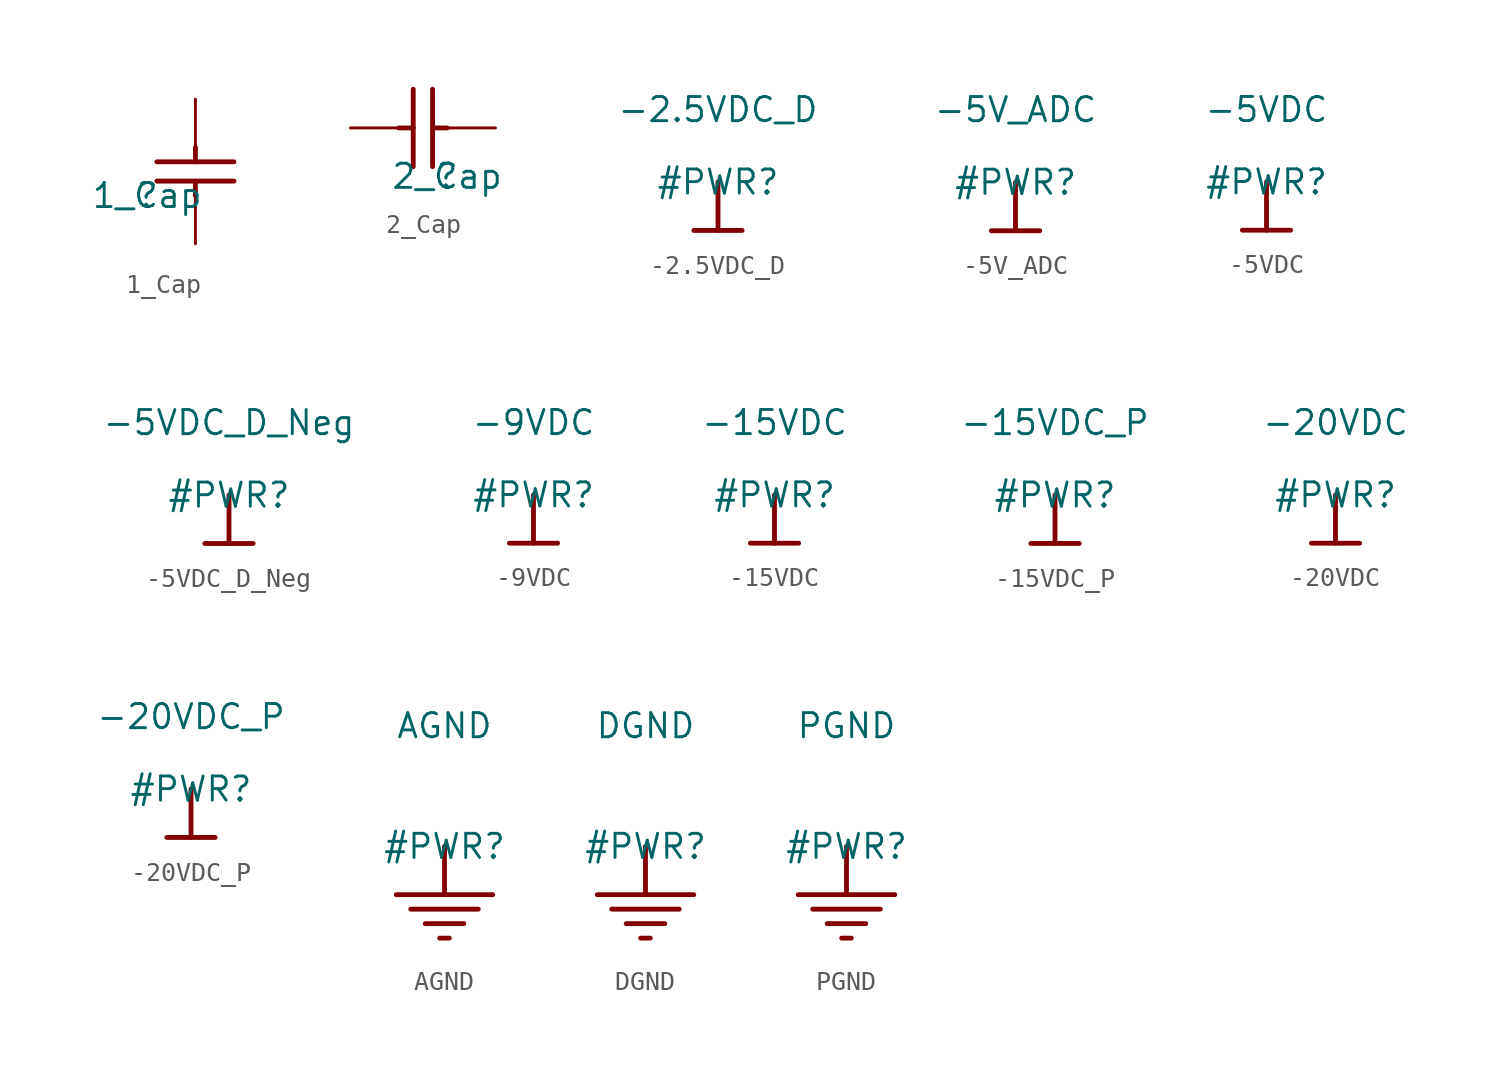
<source format=kicad_sym>
(kicad_symbol_lib
  (version 20211014)
  (generator kicad_symbol_editor)
  (symbol "1_Cap"
    (property "Reference" ""
      (at 0 0 0)
      (effects (font (size 1.27 1.27))))
    (property "Value" "1_Cap"
      (at 0 0 0)
      (effects (font (size 1.27 1.27))))
    (symbol "1_Cap_1_0"
      (polyline (pts (xy 0.508 1.778) (xy 4.572 1.778)) (stroke (width 0.254) (type default) (color 0 0 0 0)) (fill (type none)))
      (polyline (pts (xy 2.54 0) (xy 2.54 0.762)) (stroke (width 0.254) (type default) (color 0 0 0 0)) (fill (type none)))
      (polyline (pts (xy 2.54 2.54) (xy 2.54 1.778)) (stroke (width 0.254) (type default) (color 0 0 0 0)) (fill (type none)))
      (polyline (pts (xy 4.572 0.762) (xy 0.508 0.762)) (stroke (width 0.254) (type default) (color 0 0 0 0)) (fill (type none)))
      (pin passive line (at 2.54 -2.54 90) (length 2.54) (name "1" (effects (font (size 0 0)))) (number "1" (effects (font (size 0 0)))))
      (pin passive line (at 2.54 5.08 270) (length 2.54) (name "2" (effects (font (size 0 0)))) (number "2" (effects (font (size 0 0)))))))
  (symbol "2_Cap"
    (property "Reference" ""
      (at 0 0 0)
      (effects (font (size 1.27 1.27))))
    (property "Value" "2_Cap"
      (at 0 0 0)
      (effects (font (size 1.27 1.27))))
    (symbol "2_Cap_1_0"
      (polyline (pts (xy -2.54 2.54) (xy -1.778 2.54)) (stroke (width 0.254) (type default) (color 0 0 0 0)) (fill (type none)))
      (polyline (pts (xy -1.778 0.508) (xy -1.778 4.572)) (stroke (width 0.254) (type default) (color 0 0 0 0)) (fill (type none)))
      (polyline (pts (xy -0.762 4.572) (xy -0.762 0.508)) (stroke (width 0.254) (type default) (color 0 0 0 0)) (fill (type none)))
      (polyline (pts (xy 0 2.54) (xy -0.762 2.54)) (stroke (width 0.254) (type default) (color 0 0 0 0)) (fill (type none)))
      (pin passive line (at 2.54 2.54 180) (length 2.54) (name "1" (effects (font (size 0 0)))) (number "1" (effects (font (size 0 0)))))
      (pin passive line (at -5.08 2.54 0) (length 2.54) (name "2" (effects (font (size 0 0)))) (number "2" (effects (font (size 0 0)))))))
  (symbol "-2.5VDC_D"
    (power)
    (property "Reference" "#PWR"
      (at 0 0 0)
      (effects (font (size 1.27 1.27))))
    (property "Value" "-2.5VDC_D"
      (at 0 3.81 0)
      (effects (font (size 1.27 1.27))))
    (symbol "-2.5VDC_D_0_0"
      (polyline (pts (xy -1.27 -2.54) (xy 1.27 -2.54)) (stroke (width 0.254) (type default) (color 0 0 0 0)) (fill (type none)))
      (polyline (pts (xy 0 0) (xy 0 -2.54)) (stroke (width 0.254) (type default) (color 0 0 0 0)) (fill (type none)))
      (pin power_in line (at 0 0 0) (length 0) hide (name "-2.5VDC_D" (effects (font (size 1.27 1.27)))) (number "" (effects (font (size 1.27 1.27)))))))
  (symbol "-5V_ADC"
    (power)
    (property "Reference" "#PWR"
      (at 0 0 0)
      (effects (font (size 1.27 1.27))))
    (property "Value" "-5V_ADC"
      (at 0 3.81 0)
      (effects (font (size 1.27 1.27))))
    (symbol "-5V_ADC_0_0"
      (polyline (pts (xy -1.27 -2.54) (xy 1.27 -2.54)) (stroke (width 0.254) (type default) (color 0 0 0 0)) (fill (type none)))
      (polyline (pts (xy 0 0) (xy 0 -2.54)) (stroke (width 0.254) (type default) (color 0 0 0 0)) (fill (type none)))
      (pin power_in line (at 0 0 0) (length 0) hide (name "-5V_ADC" (effects (font (size 1.27 1.27)))) (number "" (effects (font (size 1.27 1.27)))))))
  (symbol "-5VDC"
    (power)
    (property "Reference" "#PWR"
      (at 0 0 0)
      (effects (font (size 1.27 1.27))))
    (property "Value" "-5VDC"
      (at 0 3.81 0)
      (effects (font (size 1.27 1.27))))
    (symbol "-5VDC_0_0"
      (polyline (pts (xy -1.27 -2.54) (xy 1.27 -2.54)) (stroke (width 0.254) (type default) (color 0 0 0 0)) (fill (type none)))
      (polyline (pts (xy 0 0) (xy 0 -2.54)) (stroke (width 0.254) (type default) (color 0 0 0 0)) (fill (type none)))
      (pin power_in line (at 0 0 0) (length 0) hide (name "-5VDC" (effects (font (size 1.27 1.27)))) (number "" (effects (font (size 1.27 1.27)))))))
  (symbol "-5VDC_D_Neg"
    (power)
    (property "Reference" "#PWR"
      (at 0 0 0)
      (effects (font (size 1.27 1.27))))
    (property "Value" "-5VDC_D_Neg"
      (at 0 3.81 0)
      (effects (font (size 1.27 1.27))))
    (symbol "-5VDC_D_Neg_0_0"
      (polyline (pts (xy -1.27 -2.54) (xy 1.27 -2.54)) (stroke (width 0.254) (type default) (color 0 0 0 0)) (fill (type none)))
      (polyline (pts (xy 0 0) (xy 0 -2.54)) (stroke (width 0.254) (type default) (color 0 0 0 0)) (fill (type none)))
      (pin power_in line (at 0 0 0) (length 0) hide (name "-5VDC_D_Neg" (effects (font (size 1.27 1.27)))) (number "" (effects (font (size 1.27 1.27)))))))
  (symbol "-9VDC"
    (power)
    (property "Reference" "#PWR"
      (at 0 0 0)
      (effects (font (size 1.27 1.27))))
    (property "Value" "-9VDC"
      (at 0 3.81 0)
      (effects (font (size 1.27 1.27))))
    (symbol "-9VDC_0_0"
      (polyline (pts (xy -1.27 -2.54) (xy 1.27 -2.54)) (stroke (width 0.254) (type default) (color 0 0 0 0)) (fill (type none)))
      (polyline (pts (xy 0 0) (xy 0 -2.54)) (stroke (width 0.254) (type default) (color 0 0 0 0)) (fill (type none)))
      (pin power_in line (at 0 0 0) (length 0) hide (name "-9VDC" (effects (font (size 1.27 1.27)))) (number "" (effects (font (size 1.27 1.27)))))))
  (symbol "-15VDC"
    (power)
    (property "Reference" "#PWR"
      (at 0 0 0)
      (effects (font (size 1.27 1.27))))
    (property "Value" "-15VDC"
      (at 0 3.81 0)
      (effects (font (size 1.27 1.27))))
    (symbol "-15VDC_0_0"
      (polyline (pts (xy -1.27 -2.54) (xy 1.27 -2.54)) (stroke (width 0.254) (type default) (color 0 0 0 0)) (fill (type none)))
      (polyline (pts (xy 0 0) (xy 0 -2.54)) (stroke (width 0.254) (type default) (color 0 0 0 0)) (fill (type none)))
      (pin power_in line (at 0 0 0) (length 0) hide (name "-15VDC" (effects (font (size 1.27 1.27)))) (number "" (effects (font (size 1.27 1.27)))))))
  (symbol "-15VDC_P"
    (power)
    (property "Reference" "#PWR"
      (at 0 0 0)
      (effects (font (size 1.27 1.27))))
    (property "Value" "-15VDC_P"
      (at 0 3.81 0)
      (effects (font (size 1.27 1.27))))
    (symbol "-15VDC_P_0_0"
      (polyline (pts (xy -1.27 -2.54) (xy 1.27 -2.54)) (stroke (width 0.254) (type default) (color 0 0 0 0)) (fill (type none)))
      (polyline (pts (xy 0 0) (xy 0 -2.54)) (stroke (width 0.254) (type default) (color 0 0 0 0)) (fill (type none)))
      (pin power_in line (at 0 0 0) (length 0) hide (name "-15VDC_P" (effects (font (size 1.27 1.27)))) (number "" (effects (font (size 1.27 1.27)))))))
  (symbol "-20VDC"
    (power)
    (property "Reference" "#PWR"
      (at 0 0 0)
      (effects (font (size 1.27 1.27))))
    (property "Value" "-20VDC"
      (at 0 3.81 0)
      (effects (font (size 1.27 1.27))))
    (symbol "-20VDC_0_0"
      (polyline (pts (xy -1.27 -2.54) (xy 1.27 -2.54)) (stroke (width 0.254) (type default) (color 0 0 0 0)) (fill (type none)))
      (polyline (pts (xy 0 0) (xy 0 -2.54)) (stroke (width 0.254) (type default) (color 0 0 0 0)) (fill (type none)))
      (pin power_in line (at 0 0 0) (length 0) hide (name "-20VDC" (effects (font (size 1.27 1.27)))) (number "" (effects (font (size 1.27 1.27)))))))
  (symbol "-20VDC_P"
    (power)
    (property "Reference" "#PWR"
      (at 0 0 0)
      (effects (font (size 1.27 1.27))))
    (property "Value" "-20VDC_P"
      (at 0 3.81 0)
      (effects (font (size 1.27 1.27))))
    (symbol "-20VDC_P_0_0"
      (polyline (pts (xy -1.27 -2.54) (xy 1.27 -2.54)) (stroke (width 0.254) (type default) (color 0 0 0 0)) (fill (type none)))
      (polyline (pts (xy 0 0) (xy 0 -2.54)) (stroke (width 0.254) (type default) (color 0 0 0 0)) (fill (type none)))
      (pin power_in line (at 0 0 0) (length 0) hide (name "-20VDC_P" (effects (font (size 1.27 1.27)))) (number "" (effects (font (size 1.27 1.27)))))))
  (symbol "AGND"
    (power)
    (property "Reference" "#PWR"
      (at 0 0 0)
      (effects (font (size 1.27 1.27))))
    (property "Value" "AGND"
      (at 0 6.35 0)
      (effects (font (size 1.27 1.27))))
    (symbol "AGND_0_0"
      (polyline (pts (xy -2.54 -2.54) (xy 2.54 -2.54)) (stroke (width 0.254) (type default) (color 0 0 0 0)) (fill (type none)))
      (polyline (pts (xy -1.778 -3.302) (xy 1.778 -3.302)) (stroke (width 0.254) (type default) (color 0 0 0 0)) (fill (type none)))
      (polyline (pts (xy -1.016 -4.064) (xy 1.016 -4.064)) (stroke (width 0.254) (type default) (color 0 0 0 0)) (fill (type none)))
      (polyline (pts (xy -0.254 -4.826) (xy 0.254 -4.826)) (stroke (width 0.254) (type default) (color 0 0 0 0)) (fill (type none)))
      (polyline (pts (xy 0 0) (xy 0 -2.54)) (stroke (width 0.254) (type default) (color 0 0 0 0)) (fill (type none)))
      (pin power_in line (at 0 0 0) (length 0) hide (name "AGND" (effects (font (size 1.27 1.27)))) (number "" (effects (font (size 1.27 1.27)))))))
  (symbol "DGND"
    (power)
    (property "Reference" "#PWR"
      (at 0 0 0)
      (effects (font (size 1.27 1.27))))
    (property "Value" "DGND"
      (at 0 6.35 0)
      (effects (font (size 1.27 1.27))))
    (symbol "DGND_0_0"
      (polyline (pts (xy -2.54 -2.54) (xy 2.54 -2.54)) (stroke (width 0.254) (type default) (color 0 0 0 0)) (fill (type none)))
      (polyline (pts (xy -1.778 -3.302) (xy 1.778 -3.302)) (stroke (width 0.254) (type default) (color 0 0 0 0)) (fill (type none)))
      (polyline (pts (xy -1.016 -4.064) (xy 1.016 -4.064)) (stroke (width 0.254) (type default) (color 0 0 0 0)) (fill (type none)))
      (polyline (pts (xy -0.254 -4.826) (xy 0.254 -4.826)) (stroke (width 0.254) (type default) (color 0 0 0 0)) (fill (type none)))
      (polyline (pts (xy 0 0) (xy 0 -2.54)) (stroke (width 0.254) (type default) (color 0 0 0 0)) (fill (type none)))
      (pin power_in line (at 0 0 0) (length 0) hide (name "DGND" (effects (font (size 1.27 1.27)))) (number "" (effects (font (size 1.27 1.27)))))))
  (symbol "PGND"
    (power)
    (property "Reference" "#PWR"
      (at 0 0 0)
      (effects (font (size 1.27 1.27))))
    (property "Value" "PGND"
      (at 0 6.35 0)
      (effects (font (size 1.27 1.27))))
    (symbol "PGND_0_0"
      (polyline (pts (xy -2.54 -2.54) (xy 2.54 -2.54)) (stroke (width 0.254) (type default) (color 0 0 0 0)) (fill (type none)))
      (polyline (pts (xy -1.778 -3.302) (xy 1.778 -3.302)) (stroke (width 0.254) (type default) (color 0 0 0 0)) (fill (type none)))
      (polyline (pts (xy -1.016 -4.064) (xy 1.016 -4.064)) (stroke (width 0.254) (type default) (color 0 0 0 0)) (fill (type none)))
      (polyline (pts (xy -0.254 -4.826) (xy 0.254 -4.826)) (stroke (width 0.254) (type default) (color 0 0 0 0)) (fill (type none)))
      (polyline (pts (xy 0 0) (xy 0 -2.54)) (stroke (width 0.254) (type default) (color 0 0 0 0)) (fill (type none)))
      (pin power_in line (at 0 0 0) (length 0) hide (name "PGND" (effects (font (size 1.27 1.27)))) (number "" (effects (font (size 1.27 1.27))))))))
</source>
